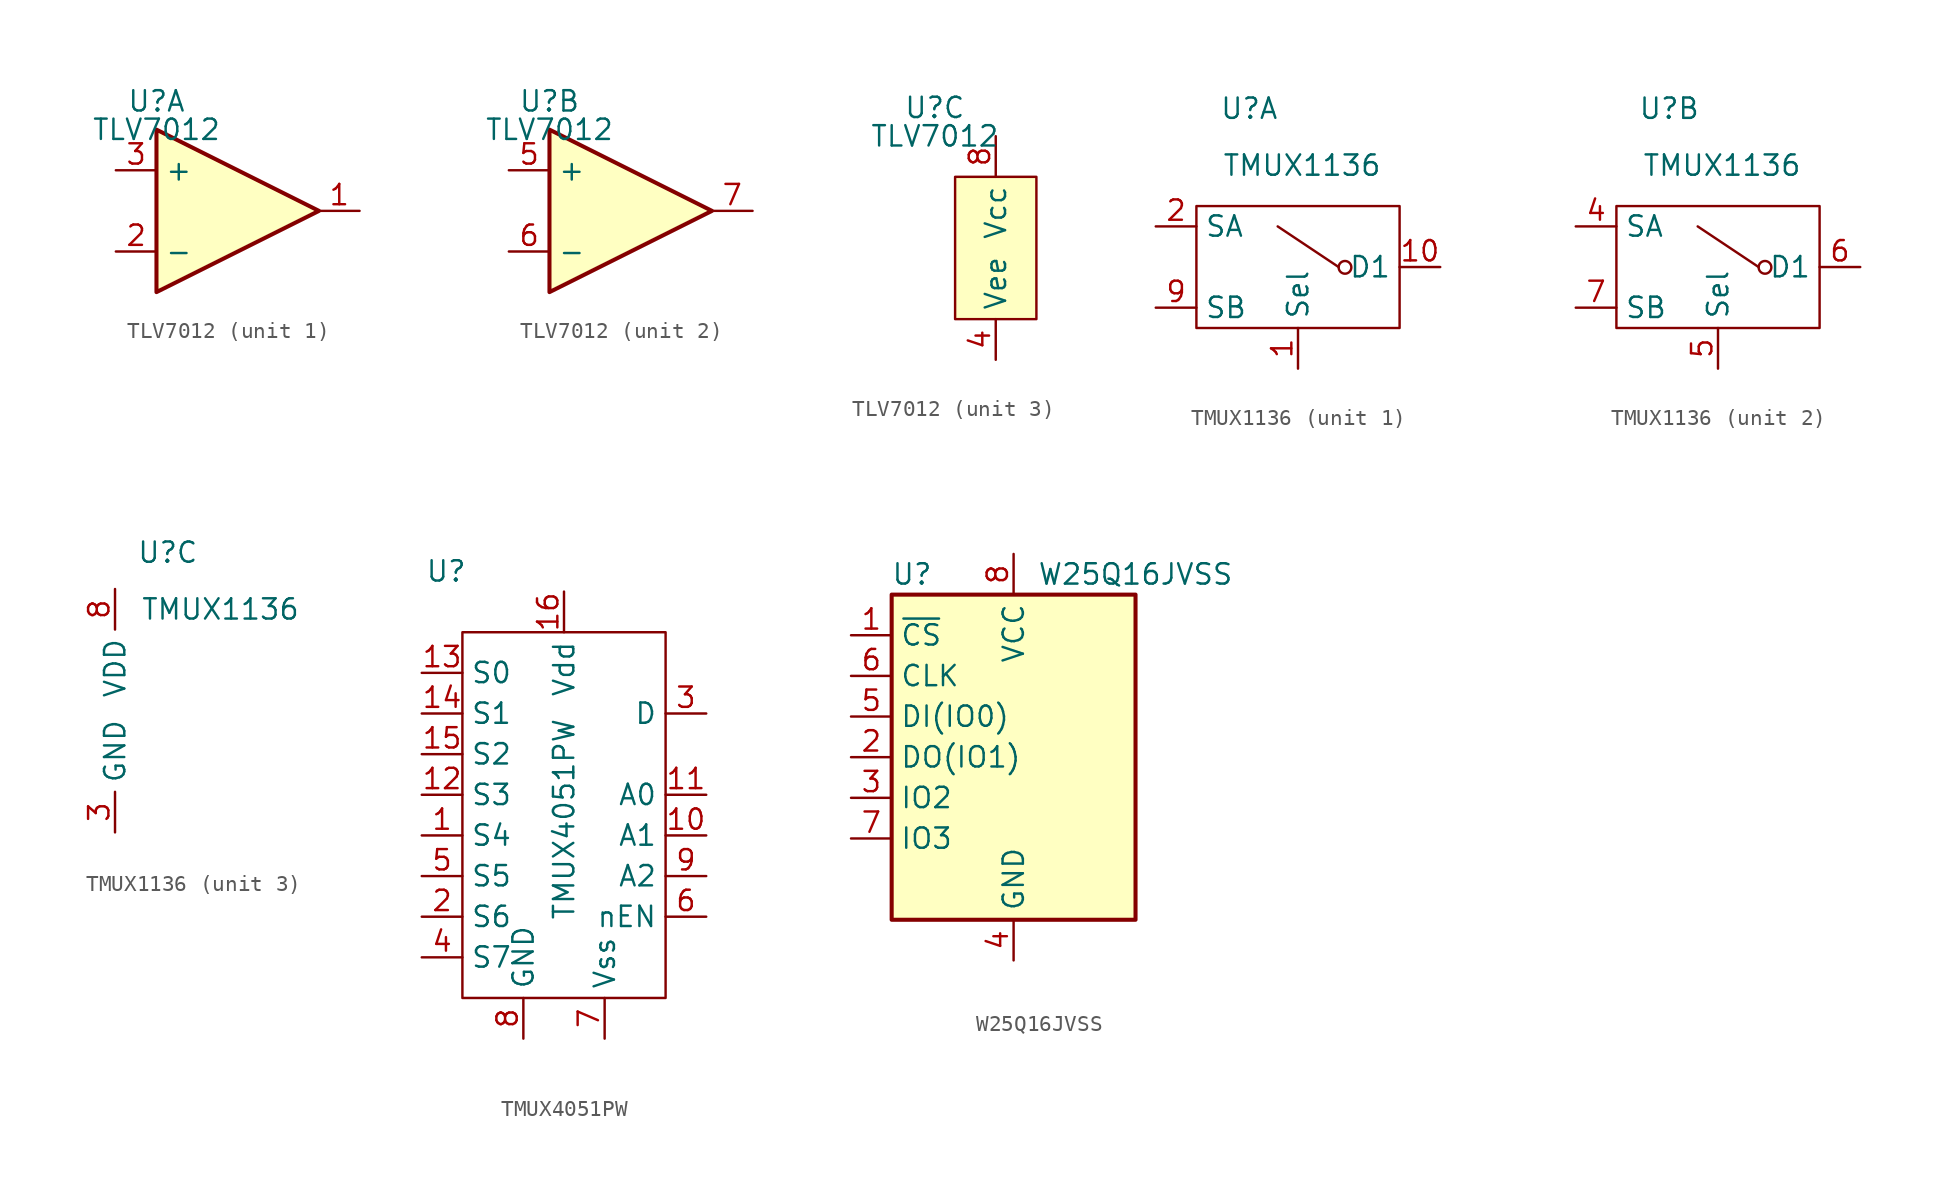
<source format=kicad_sym>
(kicad_symbol_lib
  (version 20231120)
  (generator "kicad_symbol_editor")
  (generator_version "8.0")
  (symbol "TLV7012"
    (property "Reference" "U"
      (at 0 1.778 0)
      (effects (font (size 1.27 1.27))))
    (property "Value" "TLV7012"
      (at 0 0 0)
      (effects (font (size 1.27 1.27))))
    (property "ki_locked" ""
      (at 0 0 0)
      (effects (font (size 1.27 1.27))))
    (symbol "TLV7012_1_1"
      (polyline (pts (xy 0 0) (xy 10.16 -5.08) (xy 0 -10.16) (xy 0 0)) (stroke (width 0.254) (type default)) (fill (type background)))
      (pin output line (at 12.7 -5.08 180) (length 2.54) (name "~" (effects (font (size 1.27 1.27)))) (number "1" (effects (font (size 1.27 1.27)))))
      (pin input line (at -2.54 -7.62 0) (length 2.54) (name "-" (effects (font (size 1.27 1.27)))) (number "2" (effects (font (size 1.27 1.27)))))
      (pin input line (at -2.54 -2.54 0) (length 2.54) (name "+" (effects (font (size 1.27 1.27)))) (number "3" (effects (font (size 1.27 1.27))))))
    (symbol "TLV7012_2_1"
      (polyline (pts (xy 0 0) (xy 10.16 -5.08) (xy 0 -10.16) (xy 0 0)) (stroke (width 0.254) (type default)) (fill (type background)))
      (pin input line (at -2.54 -2.54 0) (length 2.54) (name "+" (effects (font (size 1.27 1.27)))) (number "5" (effects (font (size 1.27 1.27)))))
      (pin input line (at -2.54 -7.62 0) (length 2.54) (name "-" (effects (font (size 1.27 1.27)))) (number "6" (effects (font (size 1.27 1.27)))))
      (pin output line (at 12.7 -5.08 180) (length 2.54) (name "~" (effects (font (size 1.27 1.27)))) (number "7" (effects (font (size 1.27 1.27))))))
    (symbol "TLV7012_3_1"
      (rectangle (start 1.27 -2.54) (end 6.35 -11.43) (stroke (width 0) (type default)) (fill (type background)))
      (pin power_in line (at 3.81 -13.97 90) (length 2.54) (name "Vee" (effects (font (size 1.27 1.27)))) (number "4" (effects (font (size 1.27 1.27)))))
      (pin power_in line (at 3.81 0 270) (length 2.54) (name "Vcc" (effects (font (size 1.27 1.27)))) (number "8" (effects (font (size 1.27 1.27)))))))
  (symbol "TMUX1136"
    (property "Reference" "U"
      (at 3.302 9.906 0)
      (effects (font (size 1.27 1.27))))
    (property "Value" "TMUX1136"
      (at 6.604 6.35 0)
      (effects (font (size 1.27 1.27))))
    (property "ki_locked" ""
      (at 0 0 0)
      (effects (font (size 1.27 1.27))))
    (symbol "TMUX1136_1_1"
      (polyline (pts (xy 8.89 0) (xy 5.08 2.54)) (stroke (width 0) (type default)) (fill (type none)))
      (rectangle (start 0 3.81) (end 12.7 -3.81) (stroke (width 0) (type default)) (fill (type none)))
      (circle (center 9.287 -0.019) (radius 0.397) (stroke (width 0) (type default)) (fill (type none)))
      (pin input line (at 6.35 -6.35 90) (length 2.54) (name "Sel" (effects (font (size 1.27 1.27)))) (number "1" (effects (font (size 1.27 1.27)))))
      (pin output line (at 15.24 0 180) (length 2.54) (name "D1" (effects (font (size 1.27 1.27)))) (number "10" (effects (font (size 1.27 1.27)))))
      (pin input line (at -2.54 2.54 0) (length 2.54) (name "SA" (effects (font (size 1.27 1.27)))) (number "2" (effects (font (size 1.27 1.27)))))
      (pin input line (at -2.54 -2.54 0) (length 2.54) (name "SB" (effects (font (size 1.27 1.27)))) (number "9" (effects (font (size 1.27 1.27))))))
    (symbol "TMUX1136_2_1"
      (polyline (pts (xy 8.89 0) (xy 5.08 2.54)) (stroke (width 0) (type default)) (fill (type none)))
      (rectangle (start 0 3.81) (end 12.7 -3.81) (stroke (width 0) (type default)) (fill (type none)))
      (circle (center 9.287 -0.019) (radius 0.397) (stroke (width 0) (type default)) (fill (type none)))
      (pin input line (at -2.54 2.54 0) (length 2.54) (name "SA" (effects (font (size 1.27 1.27)))) (number "4" (effects (font (size 1.27 1.27)))))
      (pin input line (at 6.35 -6.35 90) (length 2.54) (name "Sel" (effects (font (size 1.27 1.27)))) (number "5" (effects (font (size 1.27 1.27)))))
      (pin output line (at 15.24 0 180) (length 2.54) (name "D1" (effects (font (size 1.27 1.27)))) (number "6" (effects (font (size 1.27 1.27)))))
      (pin input line (at -2.54 -2.54 0) (length 2.54) (name "SB" (effects (font (size 1.27 1.27)))) (number "7" (effects (font (size 1.27 1.27))))))
    (symbol "TMUX1136_3_1"
      (pin power_in line (at 0 -7.62 90) (length 2.54) (name "GND" (effects (font (size 1.27 1.27)))) (number "3" (effects (font (size 1.27 1.27)))))
      (pin power_in line (at 0 7.62 270) (length 2.54) (name "VDD" (effects (font (size 1.27 1.27)))) (number "8" (effects (font (size 1.27 1.27)))))))
  (symbol "TMUX4051PW"
    (property "Reference" "U"
      (at -7.366 3.81 0)
      (effects (font (size 1.27 1.27))))
    (property "Value" "TMUX4051PW"
      (at 0 -11.684 90)
      (effects (font (size 1.27 1.27))))
    (symbol "TMUX4051PW_0_1"
      (rectangle (start -6.35 0) (end 6.35 -22.86) (stroke (width 0) (type default)) (fill (type none))))
    (symbol "TMUX4051PW_1_1"
      (pin bidirectional line (at -8.89 -12.7 0) (length 2.54) (name "S4" (effects (font (size 1.27 1.27)))) (number "1" (effects (font (size 1.27 1.27)))))
      (pin bidirectional line (at 8.89 -12.7 180) (length 2.54) (name "A1" (effects (font (size 1.27 1.27)))) (number "10" (effects (font (size 1.27 1.27)))))
      (pin bidirectional line (at 8.89 -10.16 180) (length 2.54) (name "A0" (effects (font (size 1.27 1.27)))) (number "11" (effects (font (size 1.27 1.27)))))
      (pin bidirectional line (at -8.89 -10.16 0) (length 2.54) (name "S3" (effects (font (size 1.27 1.27)))) (number "12" (effects (font (size 1.27 1.27)))))
      (pin bidirectional line (at -8.89 -2.54 0) (length 2.54) (name "S0" (effects (font (size 1.27 1.27)))) (number "13" (effects (font (size 1.27 1.27)))))
      (pin bidirectional line (at -8.89 -5.08 0) (length 2.54) (name "S1" (effects (font (size 1.27 1.27)))) (number "14" (effects (font (size 1.27 1.27)))))
      (pin bidirectional line (at -8.89 -7.62 0) (length 2.54) (name "S2" (effects (font (size 1.27 1.27)))) (number "15" (effects (font (size 1.27 1.27)))))
      (pin power_in line (at 0 2.54 270) (length 2.54) (name "Vdd" (effects (font (size 1.27 1.27)))) (number "16" (effects (font (size 1.27 1.27)))))
      (pin bidirectional line (at -8.89 -17.78 0) (length 2.54) (name "S6" (effects (font (size 1.27 1.27)))) (number "2" (effects (font (size 1.27 1.27)))))
      (pin bidirectional line (at 8.89 -5.08 180) (length 2.54) (name "D" (effects (font (size 1.27 1.27)))) (number "3" (effects (font (size 1.27 1.27)))))
      (pin bidirectional line (at -8.89 -20.32 0) (length 2.54) (name "S7" (effects (font (size 1.27 1.27)))) (number "4" (effects (font (size 1.27 1.27)))))
      (pin bidirectional line (at -8.89 -15.24 0) (length 2.54) (name "S5" (effects (font (size 1.27 1.27)))) (number "5" (effects (font (size 1.27 1.27)))))
      (pin bidirectional line (at 8.89 -17.78 180) (length 2.54) (name "nEN" (effects (font (size 1.27 1.27)))) (number "6" (effects (font (size 1.27 1.27)))))
      (pin power_in line (at 2.54 -25.4 90) (length 2.54) (name "Vss" (effects (font (size 1.27 1.27)))) (number "7" (effects (font (size 1.27 1.27)))))
      (pin power_in line (at -2.54 -25.4 90) (length 2.54) (name "GND" (effects (font (size 1.27 1.27)))) (number "8" (effects (font (size 1.27 1.27)))))
      (pin bidirectional line (at 8.89 -15.24 180) (length 2.54) (name "A2" (effects (font (size 1.27 1.27)))) (number "9" (effects (font (size 1.27 1.27)))))))
  (symbol "W25Q16JVSS"
    (property "Reference" "U"
      (at -6.35 11.43 0)
      (effects (font (size 1.27 1.27))))
    (property "Value" "W25Q16JVSS"
      (at 7.62 11.43 0)
      (effects (font (size 1.27 1.27))))
    (symbol "W25Q16JVSS_0_1"
      (rectangle (start -7.62 10.16) (end 7.62 -10.16) (stroke (width 0.254) (type default)) (fill (type background))))
    (symbol "W25Q16JVSS_1_1"
      (pin input line (at -10.16 7.62 0) (length 2.54) (name "~{CS}" (effects (font (size 1.27 1.27)))) (number "1" (effects (font (size 1.27 1.27)))))
      (pin bidirectional line (at -10.16 0 0) (length 2.54) (name "DO(IO1)" (effects (font (size 1.27 1.27)))) (number "2" (effects (font (size 1.27 1.27)))))
      (pin bidirectional line (at -10.16 -2.54 0) (length 2.54) (name "IO2" (effects (font (size 1.27 1.27)))) (number "3" (effects (font (size 1.27 1.27)))))
      (pin power_in line (at 0 -12.7 90) (length 2.54) (name "GND" (effects (font (size 1.27 1.27)))) (number "4" (effects (font (size 1.27 1.27)))))
      (pin bidirectional line (at -10.16 2.54 0) (length 2.54) (name "DI(IO0)" (effects (font (size 1.27 1.27)))) (number "5" (effects (font (size 1.27 1.27)))))
      (pin input line (at -10.16 5.08 0) (length 2.54) (name "CLK" (effects (font (size 1.27 1.27)))) (number "6" (effects (font (size 1.27 1.27)))))
      (pin bidirectional line (at -10.16 -5.08 0) (length 2.54) (name "IO3" (effects (font (size 1.27 1.27)))) (number "7" (effects (font (size 1.27 1.27)))))
      (pin power_in line (at 0 12.7 270) (length 2.54) (name "VCC" (effects (font (size 1.27 1.27)))) (number "8" (effects (font (size 1.27 1.27))))))))
</source>
